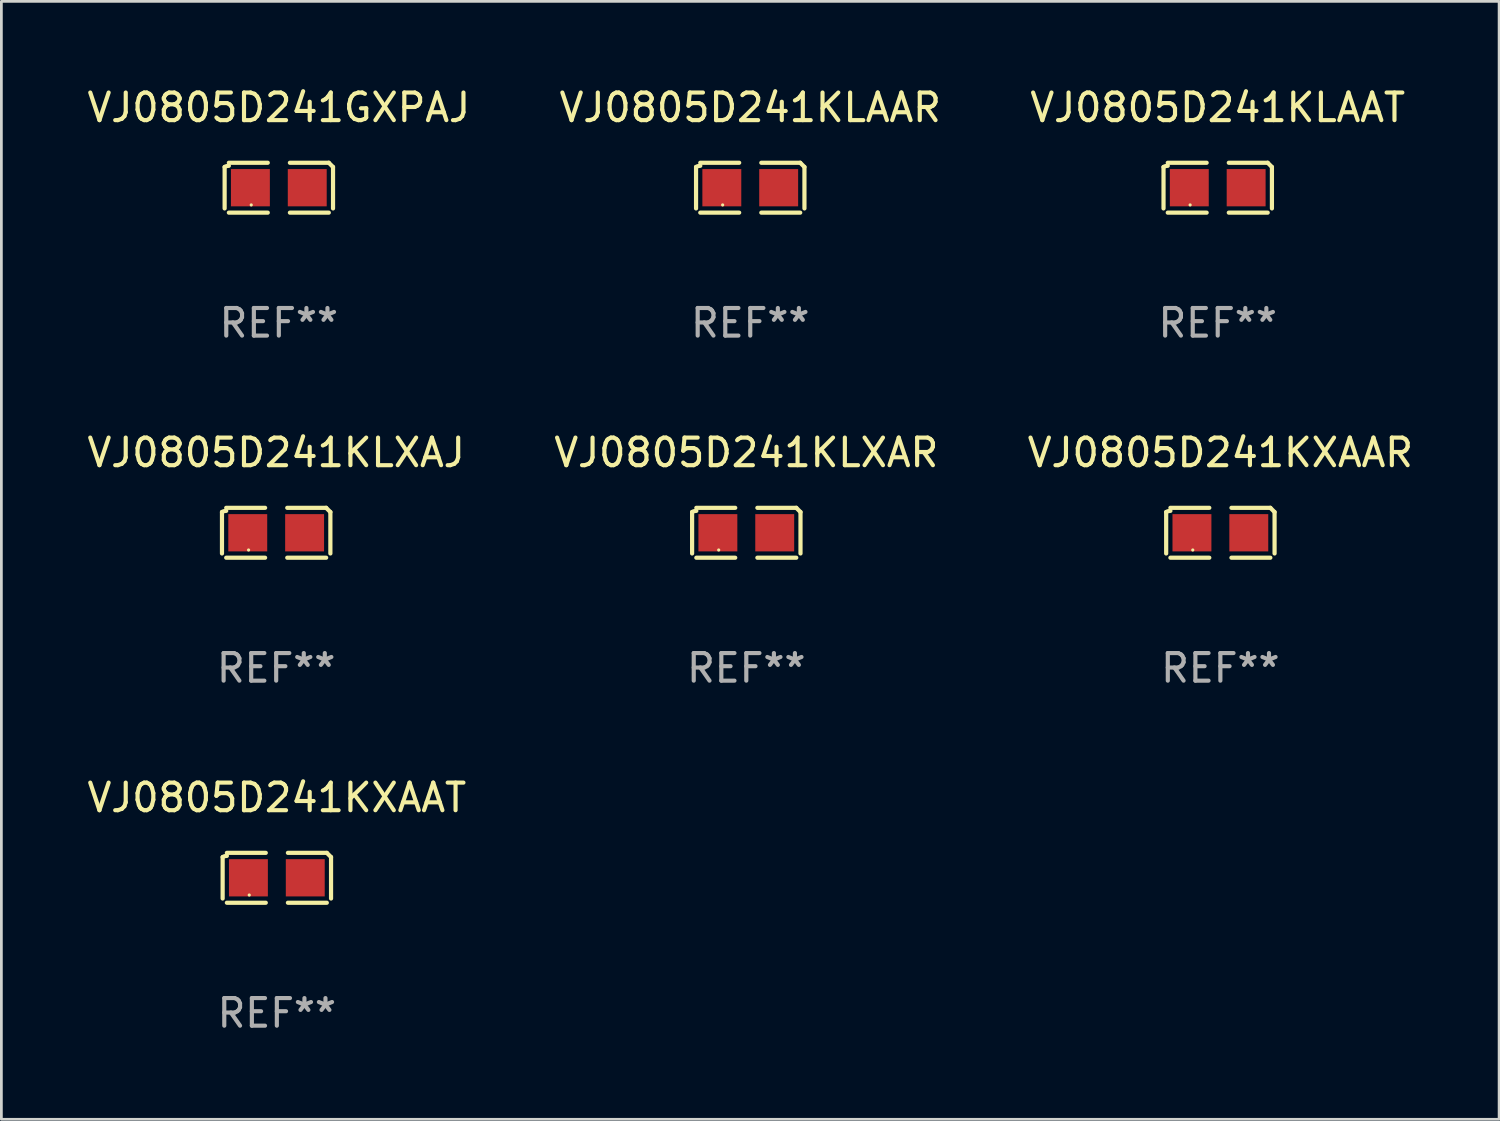
<source format=kicad_pcb>
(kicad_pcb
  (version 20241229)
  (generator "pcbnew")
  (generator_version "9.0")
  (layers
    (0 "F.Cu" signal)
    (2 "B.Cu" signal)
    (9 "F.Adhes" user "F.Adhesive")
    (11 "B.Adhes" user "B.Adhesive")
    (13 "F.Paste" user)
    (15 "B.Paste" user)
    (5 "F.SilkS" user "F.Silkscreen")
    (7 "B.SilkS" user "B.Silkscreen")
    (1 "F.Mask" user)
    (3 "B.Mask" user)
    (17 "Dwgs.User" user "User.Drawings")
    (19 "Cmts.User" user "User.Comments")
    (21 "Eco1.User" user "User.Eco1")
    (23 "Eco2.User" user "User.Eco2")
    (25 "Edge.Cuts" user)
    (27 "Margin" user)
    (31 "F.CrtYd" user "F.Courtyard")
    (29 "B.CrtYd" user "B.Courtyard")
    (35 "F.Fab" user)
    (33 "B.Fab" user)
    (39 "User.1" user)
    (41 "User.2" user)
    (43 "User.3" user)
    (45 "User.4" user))
  (footprint "VJ0805D241KXAAT"
    (layer "F.Cu")
    (at 6.982 28.759)
    (property "Reference" "VJ0805D241KXAAT" (at 0 -2.904 0) (layer "F.SilkS") (effects (font (size 1 1) (thickness 0.15))))
    (attr through_hole)
    (fp_line (start -1.964 0.751) (end -1.964 -0.751) (stroke (width 0.152) (type solid)) (layer "F.SilkS"))
    (fp_line (start -1.811 -0.904) (end -0.401 -0.904) (stroke (width 0.152) (type solid)) (layer "F.SilkS"))
    (fp_line (start -0.401 0.904) (end -1.811 0.904) (stroke (width 0.152) (type solid)) (layer "F.SilkS"))
    (fp_line (start 0.401 0.904) (end 1.811 0.904) (stroke (width 0.152) (type solid)) (layer "F.SilkS"))
    (fp_line (start 1.811 -0.904) (end 0.401 -0.904) (stroke (width 0.152) (type solid)) (layer "F.SilkS"))
    (fp_line (start 1.964 0.751) (end 1.964 -0.751) (stroke (width 0.152) (type solid)) (layer "F.SilkS"))
    (fp_arc (start -1.963602 -0.751207) (mid -1.890354 -0.783131) (end -1.811201 -0.794044) (stroke (width 0.1524) (type solid)) (layer "F.SilkS"))
    (fp_arc (start 1.811202 -0.903607) (mid 1.887413 -0.827418) (end 1.963602 -0.751207) (stroke (width 0.1524) (type solid)) (layer "F.SilkS"))
    (fp_circle (center -1 0.625) (end -0.97 0.625) (stroke (width 0.06) (type solid)) (fill no) (layer "F.SilkS"))
    (fp_text user "REF**" (at 0 4.904 0) (layer "F.Fab") (effects (font (size 1 1) (thickness 0.15))))
    (pad "1" smd rect (at -1.03 0) (size 1.41 1.35) (layers "F.Cu" "F.Mask" "F.Paste"))
    (pad "2" smd rect (at 1.03 0) (size 1.41 1.35) (layers "F.Cu" "F.Mask" "F.Paste")))
  (footprint "VJ0805D241KLAAT"
    (layer "F.Cu")
    (at 41.077 3.752)
    (property "Reference" "VJ0805D241KLAAT" (at 0 -2.904 0) (layer "F.SilkS") (effects (font (size 1 1) (thickness 0.15))))
    (attr through_hole)
    (fp_line (start -1.964 0.751) (end -1.964 -0.751) (stroke (width 0.152) (type solid)) (layer "F.SilkS"))
    (fp_line (start -1.811 -0.904) (end -0.401 -0.904) (stroke (width 0.152) (type solid)) (layer "F.SilkS"))
    (fp_line (start -0.401 0.904) (end -1.811 0.904) (stroke (width 0.152) (type solid)) (layer "F.SilkS"))
    (fp_line (start 0.401 0.904) (end 1.811 0.904) (stroke (width 0.152) (type solid)) (layer "F.SilkS"))
    (fp_line (start 1.811 -0.904) (end 0.401 -0.904) (stroke (width 0.152) (type solid)) (layer "F.SilkS"))
    (fp_line (start 1.964 0.751) (end 1.964 -0.751) (stroke (width 0.152) (type solid)) (layer "F.SilkS"))
    (fp_arc (start -1.963602 -0.751207) (mid -1.890354 -0.783131) (end -1.811201 -0.794044) (stroke (width 0.1524) (type solid)) (layer "F.SilkS"))
    (fp_arc (start 1.811202 -0.903607) (mid 1.887413 -0.827418) (end 1.963602 -0.751207) (stroke (width 0.1524) (type solid)) (layer "F.SilkS"))
    (fp_circle (center -1 0.625) (end -0.97 0.625) (stroke (width 0.06) (type solid)) (fill no) (layer "F.SilkS"))
    (fp_text user "REF**" (at 0 4.904 0) (layer "F.Fab") (effects (font (size 1 1) (thickness 0.15))))
    (pad "1" smd rect (at -1.03 0) (size 1.41 1.35) (layers "F.Cu" "F.Mask" "F.Paste"))
    (pad "2" smd rect (at 1.03 0) (size 1.41 1.35) (layers "F.Cu" "F.Mask" "F.Paste")))
  (footprint "VJ0805D241KLXAR"
    (layer "F.Cu")
    (at 23.994 16.256)
    (property "Reference" "VJ0805D241KLXAR" (at 0 -2.904 0) (layer "F.SilkS") (effects (font (size 1 1) (thickness 0.15))))
    (attr through_hole)
    (fp_line (start -1.964 0.751) (end -1.964 -0.751) (stroke (width 0.152) (type solid)) (layer "F.SilkS"))
    (fp_line (start -1.811 -0.904) (end -0.401 -0.904) (stroke (width 0.152) (type solid)) (layer "F.SilkS"))
    (fp_line (start -0.401 0.904) (end -1.811 0.904) (stroke (width 0.152) (type solid)) (layer "F.SilkS"))
    (fp_line (start 0.401 0.904) (end 1.811 0.904) (stroke (width 0.152) (type solid)) (layer "F.SilkS"))
    (fp_line (start 1.811 -0.904) (end 0.401 -0.904) (stroke (width 0.152) (type solid)) (layer "F.SilkS"))
    (fp_line (start 1.964 0.751) (end 1.964 -0.751) (stroke (width 0.152) (type solid)) (layer "F.SilkS"))
    (fp_arc (start -1.963602 -0.751207) (mid -1.890354 -0.783131) (end -1.811201 -0.794044) (stroke (width 0.1524) (type solid)) (layer "F.SilkS"))
    (fp_arc (start 1.811202 -0.903607) (mid 1.887413 -0.827418) (end 1.963602 -0.751207) (stroke (width 0.1524) (type solid)) (layer "F.SilkS"))
    (fp_circle (center -1 0.625) (end -0.97 0.625) (stroke (width 0.06) (type solid)) (fill no) (layer "F.SilkS"))
    (fp_text user "REF**" (at 0 4.904 0) (layer "F.Fab") (effects (font (size 1 1) (thickness 0.15))))
    (pad "1" smd rect (at -1.03 0) (size 1.41 1.35) (layers "F.Cu" "F.Mask" "F.Paste"))
    (pad "2" smd rect (at 1.03 0) (size 1.41 1.35) (layers "F.Cu" "F.Mask" "F.Paste")))
  (footprint "VJ0805D241KLAAR"
    (layer "F.Cu")
    (at 24.137 3.752)
    (property "Reference" "VJ0805D241KLAAR" (at 0 -2.904 0) (layer "F.SilkS") (effects (font (size 1 1) (thickness 0.15))))
    (attr through_hole)
    (fp_line (start -1.964 0.751) (end -1.964 -0.751) (stroke (width 0.152) (type solid)) (layer "F.SilkS"))
    (fp_line (start -1.811 -0.904) (end -0.401 -0.904) (stroke (width 0.152) (type solid)) (layer "F.SilkS"))
    (fp_line (start -0.401 0.904) (end -1.811 0.904) (stroke (width 0.152) (type solid)) (layer "F.SilkS"))
    (fp_line (start 0.401 0.904) (end 1.811 0.904) (stroke (width 0.152) (type solid)) (layer "F.SilkS"))
    (fp_line (start 1.811 -0.904) (end 0.401 -0.904) (stroke (width 0.152) (type solid)) (layer "F.SilkS"))
    (fp_line (start 1.964 0.751) (end 1.964 -0.751) (stroke (width 0.152) (type solid)) (layer "F.SilkS"))
    (fp_arc (start -1.963602 -0.751207) (mid -1.890354 -0.783131) (end -1.811201 -0.794044) (stroke (width 0.1524) (type solid)) (layer "F.SilkS"))
    (fp_arc (start 1.811202 -0.903607) (mid 1.887413 -0.827418) (end 1.963602 -0.751207) (stroke (width 0.1524) (type solid)) (layer "F.SilkS"))
    (fp_circle (center -1 0.625) (end -0.97 0.625) (stroke (width 0.06) (type solid)) (fill no) (layer "F.SilkS"))
    (fp_text user "REF**" (at 0 4.904 0) (layer "F.Fab") (effects (font (size 1 1) (thickness 0.15))))
    (pad "1" smd rect (at -1.03 0) (size 1.41 1.35) (layers "F.Cu" "F.Mask" "F.Paste"))
    (pad "2" smd rect (at 1.03 0) (size 1.41 1.35) (layers "F.Cu" "F.Mask" "F.Paste")))
  (footprint "VJ0805D241GXPAJ"
    (layer "F.Cu")
    (at 7.054 3.752)
    (property "Reference" "VJ0805D241GXPAJ" (at 0 -2.904 0) (layer "F.SilkS") (effects (font (size 1 1) (thickness 0.15))))
    (attr through_hole)
    (fp_line (start -1.964 0.751) (end -1.964 -0.751) (stroke (width 0.152) (type solid)) (layer "F.SilkS"))
    (fp_line (start -1.811 -0.904) (end -0.401 -0.904) (stroke (width 0.152) (type solid)) (layer "F.SilkS"))
    (fp_line (start -0.401 0.904) (end -1.811 0.904) (stroke (width 0.152) (type solid)) (layer "F.SilkS"))
    (fp_line (start 0.401 0.904) (end 1.811 0.904) (stroke (width 0.152) (type solid)) (layer "F.SilkS"))
    (fp_line (start 1.811 -0.904) (end 0.401 -0.904) (stroke (width 0.152) (type solid)) (layer "F.SilkS"))
    (fp_line (start 1.964 0.751) (end 1.964 -0.751) (stroke (width 0.152) (type solid)) (layer "F.SilkS"))
    (fp_arc (start -1.963602 -0.751207) (mid -1.890354 -0.783131) (end -1.811201 -0.794044) (stroke (width 0.1524) (type solid)) (layer "F.SilkS"))
    (fp_arc (start 1.811202 -0.903607) (mid 1.887413 -0.827418) (end 1.963602 -0.751207) (stroke (width 0.1524) (type solid)) (layer "F.SilkS"))
    (fp_circle (center -1 0.625) (end -0.97 0.625) (stroke (width 0.06) (type solid)) (fill no) (layer "F.SilkS"))
    (fp_text user "REF**" (at 0 4.904 0) (layer "F.Fab") (effects (font (size 1 1) (thickness 0.15))))
    (pad "1" smd rect (at -1.03 0) (size 1.41 1.35) (layers "F.Cu" "F.Mask" "F.Paste"))
    (pad "2" smd rect (at 1.03 0) (size 1.41 1.35) (layers "F.Cu" "F.Mask" "F.Paste")))
  (footprint "VJ0805D241KLXAJ"
    (layer "F.Cu")
    (at 6.958 16.256)
    (property "Reference" "VJ0805D241KLXAJ" (at 0 -2.904 0) (layer "F.SilkS") (effects (font (size 1 1) (thickness 0.15))))
    (attr through_hole)
    (fp_line (start -1.964 0.751) (end -1.964 -0.751) (stroke (width 0.152) (type solid)) (layer "F.SilkS"))
    (fp_line (start -1.811 -0.904) (end -0.401 -0.904) (stroke (width 0.152) (type solid)) (layer "F.SilkS"))
    (fp_line (start -0.401 0.904) (end -1.811 0.904) (stroke (width 0.152) (type solid)) (layer "F.SilkS"))
    (fp_line (start 0.401 0.904) (end 1.811 0.904) (stroke (width 0.152) (type solid)) (layer "F.SilkS"))
    (fp_line (start 1.811 -0.904) (end 0.401 -0.904) (stroke (width 0.152) (type solid)) (layer "F.SilkS"))
    (fp_line (start 1.964 0.751) (end 1.964 -0.751) (stroke (width 0.152) (type solid)) (layer "F.SilkS"))
    (fp_arc (start -1.963602 -0.751207) (mid -1.890354 -0.783131) (end -1.811201 -0.794044) (stroke (width 0.1524) (type solid)) (layer "F.SilkS"))
    (fp_arc (start 1.811202 -0.903607) (mid 1.887413 -0.827418) (end 1.963602 -0.751207) (stroke (width 0.1524) (type solid)) (layer "F.SilkS"))
    (fp_circle (center -1 0.625) (end -0.97 0.625) (stroke (width 0.06) (type solid)) (fill no) (layer "F.SilkS"))
    (fp_text user "REF**" (at 0 4.904 0) (layer "F.Fab") (effects (font (size 1 1) (thickness 0.15))))
    (pad "1" smd rect (at -1.03 0) (size 1.41 1.35) (layers "F.Cu" "F.Mask" "F.Paste"))
    (pad "2" smd rect (at 1.03 0) (size 1.41 1.35) (layers "F.Cu" "F.Mask" "F.Paste")))
  (footprint "VJ0805D241KXAAR"
    (layer "F.Cu")
    (at 41.173 16.256)
    (property "Reference" "VJ0805D241KXAAR" (at 0 -2.904 0) (layer "F.SilkS") (effects (font (size 1 1) (thickness 0.15))))
    (attr through_hole)
    (fp_line (start -1.964 0.751) (end -1.964 -0.751) (stroke (width 0.152) (type solid)) (layer "F.SilkS"))
    (fp_line (start -1.811 -0.904) (end -0.401 -0.904) (stroke (width 0.152) (type solid)) (layer "F.SilkS"))
    (fp_line (start -0.401 0.904) (end -1.811 0.904) (stroke (width 0.152) (type solid)) (layer "F.SilkS"))
    (fp_line (start 0.401 0.904) (end 1.811 0.904) (stroke (width 0.152) (type solid)) (layer "F.SilkS"))
    (fp_line (start 1.811 -0.904) (end 0.401 -0.904) (stroke (width 0.152) (type solid)) (layer "F.SilkS"))
    (fp_line (start 1.964 0.751) (end 1.964 -0.751) (stroke (width 0.152) (type solid)) (layer "F.SilkS"))
    (fp_arc (start -1.963602 -0.751207) (mid -1.890354 -0.783131) (end -1.811201 -0.794044) (stroke (width 0.1524) (type solid)) (layer "F.SilkS"))
    (fp_arc (start 1.811202 -0.903607) (mid 1.887413 -0.827418) (end 1.963602 -0.751207) (stroke (width 0.1524) (type solid)) (layer "F.SilkS"))
    (fp_circle (center -1 0.625) (end -0.97 0.625) (stroke (width 0.06) (type solid)) (fill no) (layer "F.SilkS"))
    (fp_text user "REF**" (at 0 4.904 0) (layer "F.Fab") (effects (font (size 1 1) (thickness 0.15))))
    (pad "1" smd rect (at -1.03 0) (size 1.41 1.35) (layers "F.Cu" "F.Mask" "F.Paste"))
    (pad "2" smd rect (at 1.03 0) (size 1.41 1.35) (layers "F.Cu" "F.Mask" "F.Paste")))
  (gr_rect
    (start -3 -3)
    (end 51.274 37.511)
    (stroke (width 0.1) (type default))
    (fill no)
    (layer "Edge.Cuts")))
</source>
